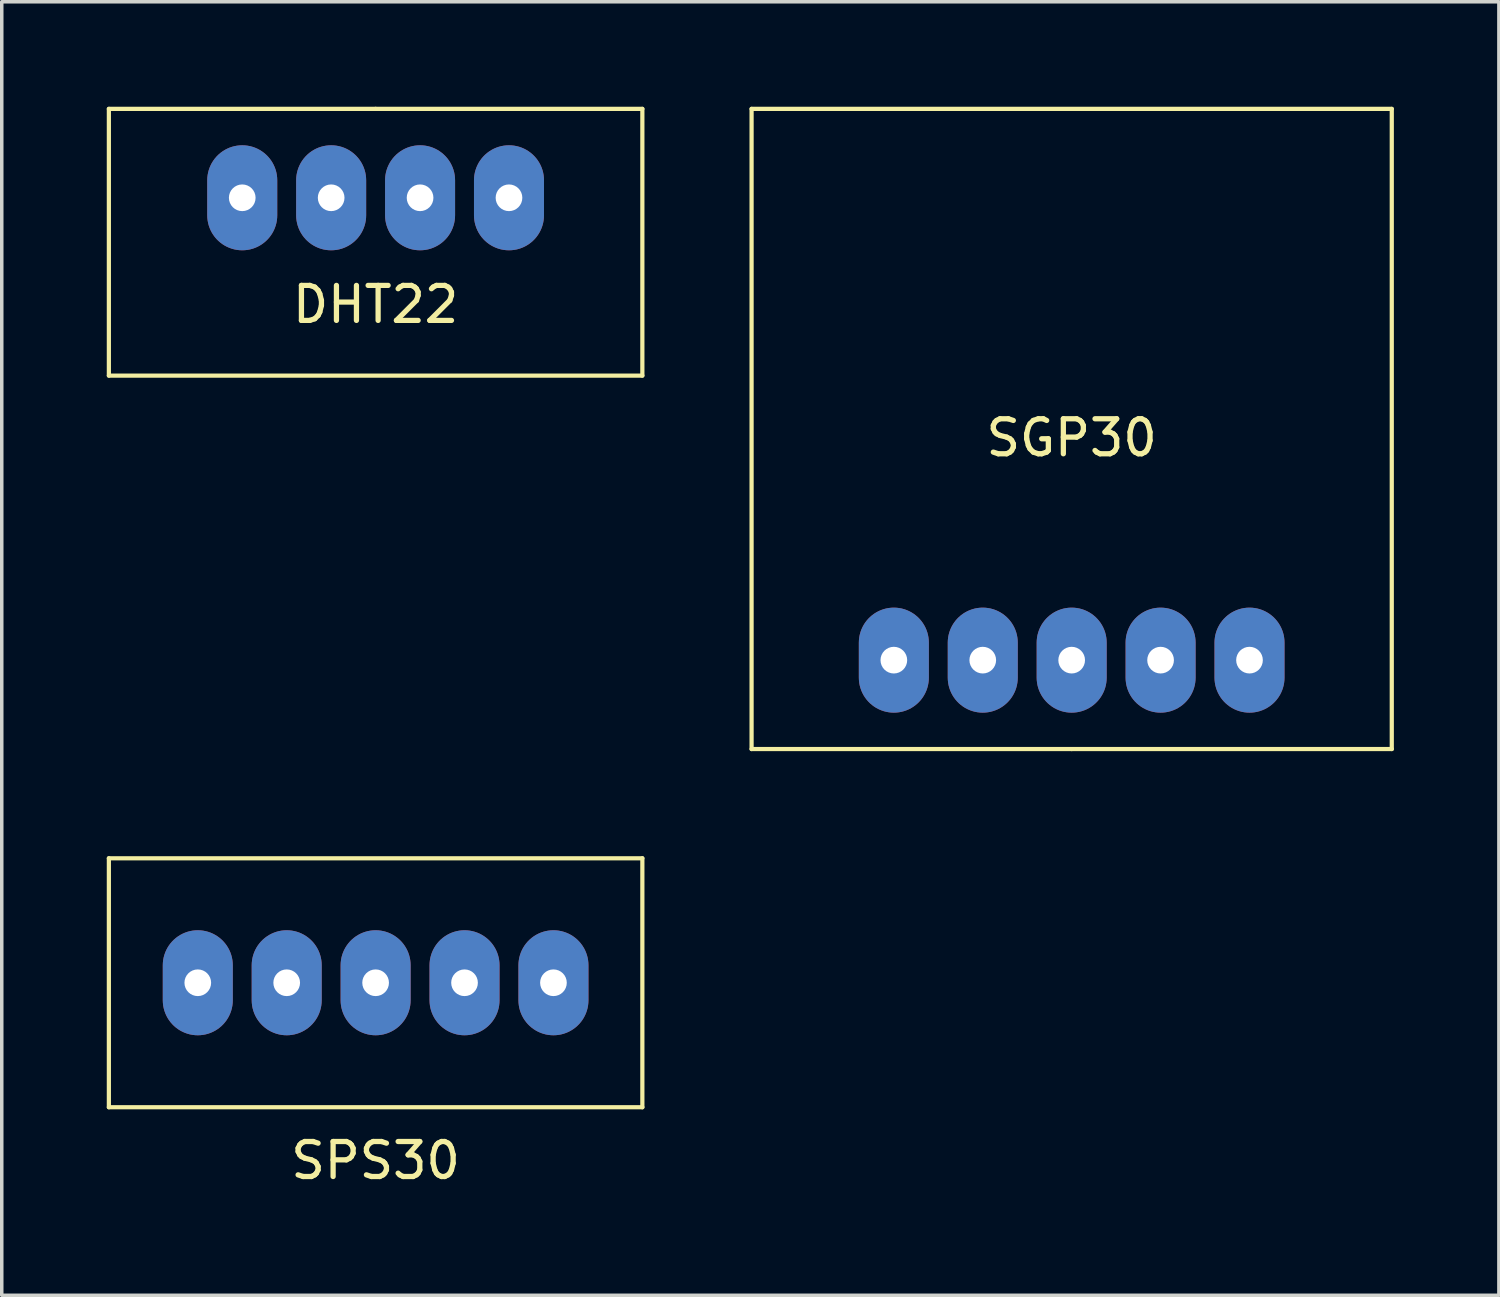
<source format=kicad_pcb>
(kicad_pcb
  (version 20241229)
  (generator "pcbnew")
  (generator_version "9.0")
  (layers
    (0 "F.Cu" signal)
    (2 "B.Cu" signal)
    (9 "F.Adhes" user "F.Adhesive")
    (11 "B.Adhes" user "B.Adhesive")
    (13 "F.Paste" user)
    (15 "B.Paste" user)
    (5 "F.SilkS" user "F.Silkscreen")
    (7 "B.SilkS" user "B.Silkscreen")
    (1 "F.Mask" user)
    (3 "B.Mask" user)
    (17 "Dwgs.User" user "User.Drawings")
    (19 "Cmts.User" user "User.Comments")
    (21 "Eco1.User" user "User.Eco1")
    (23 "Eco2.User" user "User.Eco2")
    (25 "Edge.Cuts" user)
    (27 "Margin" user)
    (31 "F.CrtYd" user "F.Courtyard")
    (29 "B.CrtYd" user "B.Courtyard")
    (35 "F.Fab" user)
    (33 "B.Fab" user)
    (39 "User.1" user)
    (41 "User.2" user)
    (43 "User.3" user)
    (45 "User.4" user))
  (footprint "DHT22"
    (layer "F.Cu")
    (at 7.68 2.6)
    (property "Reference" "DHT22" (at 0 3.048 0) (layer "F.SilkS") (effects (font (size 1 1) (thickness 0.15))))
    (attr through_hole)
    (fp_line (start -7.62 -2.54) (end -7.62 5.08) (stroke (width 0.12) (type solid)) (layer "F.SilkS"))
    (fp_line (start -7.62 5.08) (end 7.62 5.08) (stroke (width 0.12) (type solid)) (layer "F.SilkS"))
    (fp_line (start 0 -2.54) (end -7.62 -2.54) (stroke (width 0.12) (type solid)) (layer "F.SilkS"))
    (fp_line (start 7.62 -2.54) (end 0 -2.54) (stroke (width 0.12) (type solid)) (layer "F.SilkS"))
    (fp_line (start 7.62 5.08) (end 7.62 -2.54) (stroke (width 0.12) (type solid)) (layer "F.SilkS"))
    (pad "1" thru_hole oval (at -3.81 0) (size 2 3) (drill 0.762) (layers "*.Cu" "*.Mask"))
    (pad "2" thru_hole oval (at -1.27 0) (size 2 3) (drill 0.762) (layers "*.Cu" "*.Mask"))
    (pad "3" thru_hole oval (at 1.27 0) (size 2 3) (drill 0.762) (layers "*.Cu" "*.Mask"))
    (pad "4" thru_hole oval (at 3.81 0) (size 2 3) (drill 0.762) (layers "*.Cu" "*.Mask")))
  (footprint "SPS30"
    (layer "F.Cu")
    (at 7.68 25.024)
    (property "Reference" "SPS30" (at 0 5.08 0) (layer "F.SilkS") (effects (font (size 1 1) (thickness 0.15))))
    (attr through_hole)
    (fp_line (start -7.62 -3.556) (end 7.62 -3.556) (stroke (width 0.12) (type solid)) (layer "F.SilkS"))
    (fp_line (start -7.62 3.556) (end -7.62 -3.556) (stroke (width 0.12) (type solid)) (layer "F.SilkS"))
    (fp_line (start 7.62 -3.556) (end 7.62 3.556) (stroke (width 0.12) (type solid)) (layer "F.SilkS"))
    (fp_line (start 7.62 3.556) (end -7.62 3.556) (stroke (width 0.12) (type solid)) (layer "F.SilkS"))
    (pad "1" thru_hole oval (at -5.08 0) (size 2 3) (drill 0.762) (layers "*.Cu" "*.Mask"))
    (pad "2" thru_hole oval (at -2.54 0) (size 2 3) (drill 0.762) (layers "*.Cu" "*.Mask"))
    (pad "3" thru_hole oval (at 0 0) (size 2 3) (drill 0.762) (layers "*.Cu" "*.Mask"))
    (pad "4" thru_hole oval (at 2.54 0) (size 2 3) (drill 0.762) (layers "*.Cu" "*.Mask"))
    (pad "5" thru_hole oval (at 5.08 0) (size 2 3) (drill 0.762) (layers "*.Cu" "*.Mask")))
  (footprint "SGP30"
    (layer "F.Cu")
    (at 27.564 15.808)
    (property "Reference" "SGP30" (at 0 -6.35 0) (layer "F.SilkS") (effects (font (size 1 1) (thickness 0.15))))
    (attr through_hole)
    (fp_line (start -9.144 -15.748) (end 9.144 -15.748) (stroke (width 0.12) (type solid)) (layer "F.SilkS"))
    (fp_line (start -9.144 2.54) (end -9.144 -15.748) (stroke (width 0.12) (type solid)) (layer "F.SilkS"))
    (fp_line (start 0 2.54) (end -9.144 2.54) (stroke (width 0.12) (type solid)) (layer "F.SilkS"))
    (fp_line (start 9.144 -15.748) (end 9.144 2.54) (stroke (width 0.12) (type solid)) (layer "F.SilkS"))
    (fp_line (start 9.144 2.54) (end 0 2.54) (stroke (width 0.12) (type solid)) (layer "F.SilkS"))
    (pad "1" thru_hole oval (at -5.08 0) (size 2 3) (drill 0.762) (layers "*.Cu" "*.Mask"))
    (pad "2" thru_hole oval (at -2.54 0) (size 2 3) (drill 0.762) (layers "*.Cu" "*.Mask"))
    (pad "3" thru_hole oval (at 0 0) (size 2 3) (drill 0.762) (layers "*.Cu" "*.Mask"))
    (pad "4" thru_hole oval (at 2.54 0) (size 2 3) (drill 0.762) (layers "*.Cu" "*.Mask"))
    (pad "5" thru_hole oval (at 5.08 0) (size 2 3) (drill 0.762) (layers "*.Cu" "*.Mask")))
  (gr_rect
    (start -3 -3)
    (end 39.768 33.952)
    (stroke (width 0.1) (type default))
    (fill no)
    (layer "Edge.Cuts")))
</source>
